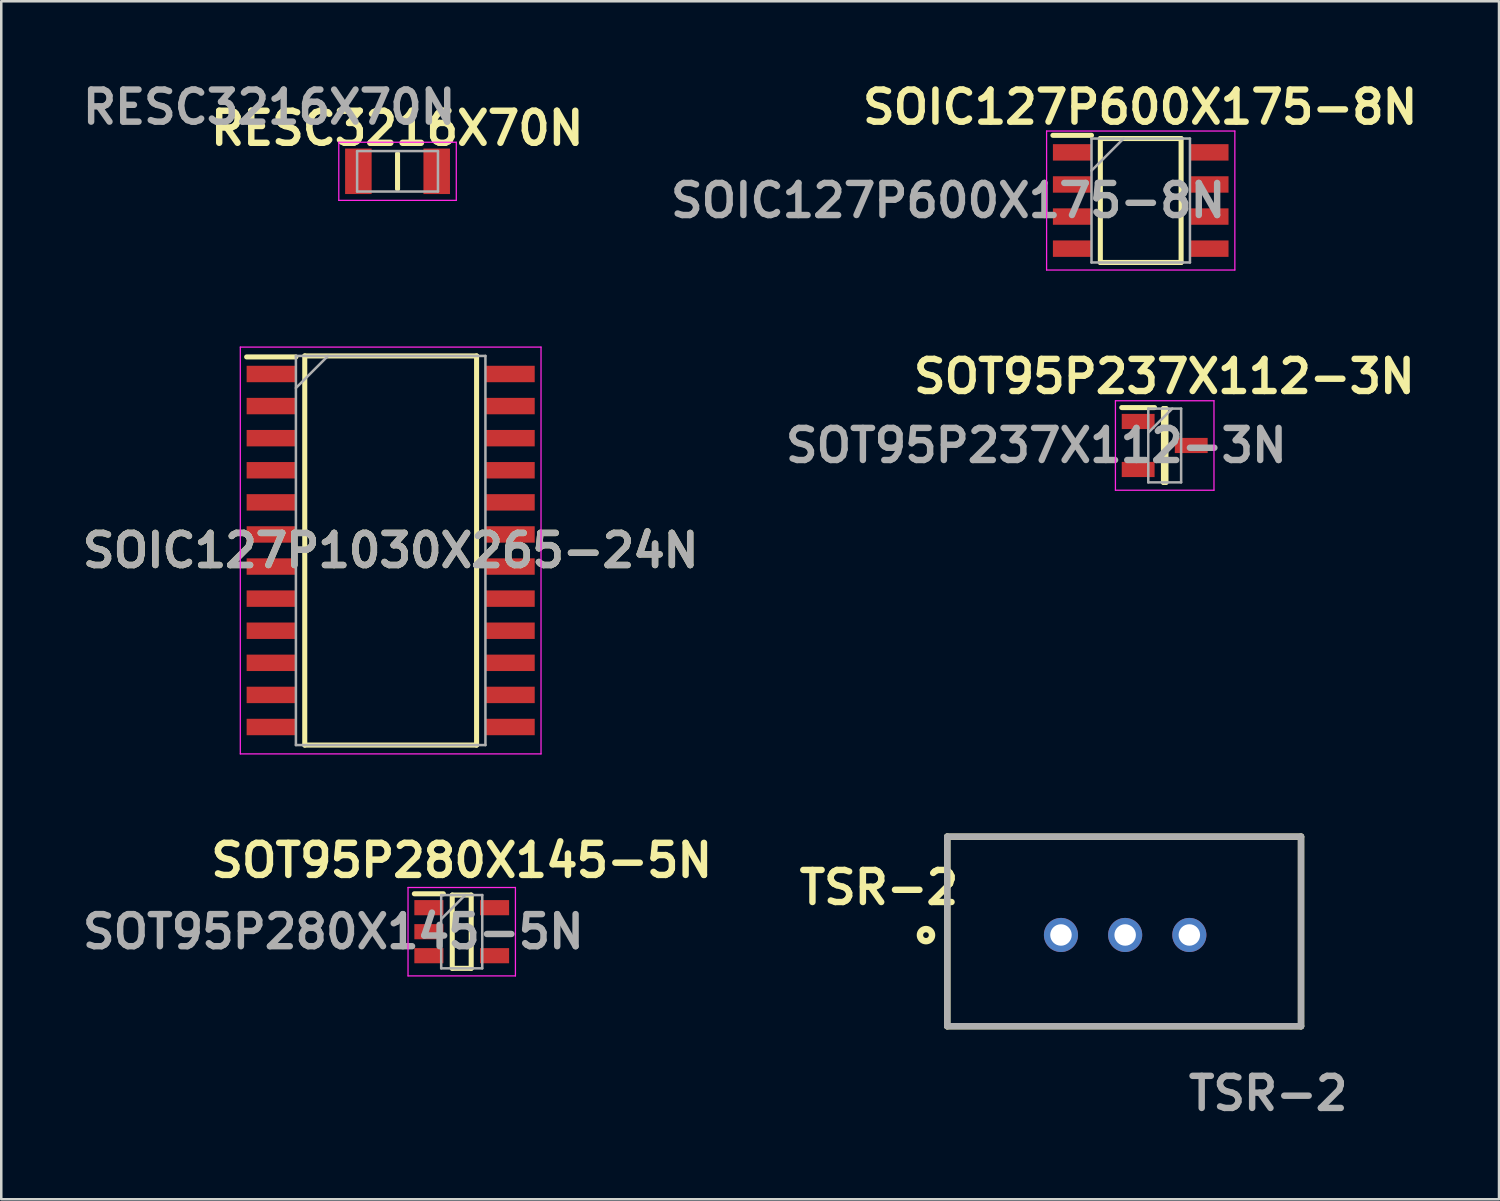
<source format=kicad_pcb>
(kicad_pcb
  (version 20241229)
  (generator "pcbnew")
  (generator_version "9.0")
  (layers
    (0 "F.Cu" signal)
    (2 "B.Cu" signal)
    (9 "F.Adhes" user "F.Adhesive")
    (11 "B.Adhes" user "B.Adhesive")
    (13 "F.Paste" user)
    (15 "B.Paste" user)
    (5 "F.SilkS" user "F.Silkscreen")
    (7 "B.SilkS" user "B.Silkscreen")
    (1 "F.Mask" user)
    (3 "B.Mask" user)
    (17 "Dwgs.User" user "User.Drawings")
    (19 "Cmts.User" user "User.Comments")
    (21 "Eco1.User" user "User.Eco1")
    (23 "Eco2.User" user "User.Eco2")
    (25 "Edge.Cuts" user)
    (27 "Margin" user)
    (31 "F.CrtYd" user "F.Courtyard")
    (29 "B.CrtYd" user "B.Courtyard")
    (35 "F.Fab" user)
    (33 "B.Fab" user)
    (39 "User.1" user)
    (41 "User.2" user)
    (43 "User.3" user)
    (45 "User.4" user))
  (footprint "TSR-2"
    (layer "F.Cu")
    (at 34.436 30.06)
    (property "Reference" "TSR-2" (at -2.704 2.011 0) (layer "F.SilkS") (effects (font (size 1.27 1.27) (thickness 0.254))))
    (attr through_hole)
    (fp_line (start 0 0) (end 14 0) (stroke (width 0.254) (type solid)) (layer "F.SilkS"))
    (fp_line (start 0 7.5) (end 0 0) (stroke (width 0.254) (type solid)) (layer "F.SilkS"))
    (fp_line (start 14 0) (end 14 7.5) (stroke (width 0.254) (type solid)) (layer "F.SilkS"))
    (fp_line (start 14 7.5) (end 0 7.5) (stroke (width 0.254) (type solid)) (layer "F.SilkS"))
    (fp_circle (center -0.842 3.896) (end -0.842 4.009) (stroke (width 0.254) (type solid)) (fill no) (layer "F.SilkS"))
    (fp_line (start 0 0) (end 14 0) (stroke (width 0.254) (type solid)) (layer "F.Fab"))
    (fp_line (start 0 7.5) (end 0 0) (stroke (width 0.254) (type solid)) (layer "F.Fab"))
    (fp_line (start 14 0) (end 14 7.5) (stroke (width 0.254) (type solid)) (layer "F.Fab"))
    (fp_line (start 14 7.5) (end 0 7.5) (stroke (width 0.254) (type solid)) (layer "F.Fab"))
    (fp_text user "${REFERENCE}" (at 12.7 10.16 0) (layer "F.Fab") (effects (font (size 1.27 1.27) (thickness 0.254))))
    (pad "1" thru_hole circle (at 4.5 3.89) (size 1.35 1.35) (drill 0.85) (layers "*.Cu" "*.Mask"))
    (pad "2" thru_hole circle (at 7.04 3.89) (size 1.35 1.35) (drill 0.85) (layers "*.Cu" "*.Mask"))
    (pad "3" thru_hole circle (at 9.58 3.89) (size 1.35 1.35) (drill 0.85) (layers "*.Cu" "*.Mask")))
  (footprint "SOIC127P1030X265-24N"
    (layer "F.Cu")
    (at 12.41 18.735)
    (property "Reference" "SOIC127P1030X265-24N" (at 0 0 0) (layer "F.SilkS") (effects (font (size 1.27 1.27) (thickness 0.254))))
    (attr smd)
    (fp_line (start -5.7 -7.66) (end -3.75 -7.66) (stroke (width 0.2) (type solid)) (layer "F.SilkS"))
    (fp_line (start -3.4 -7.7) (end 3.4 -7.7) (stroke (width 0.2) (type solid)) (layer "F.SilkS"))
    (fp_line (start -3.4 7.7) (end -3.4 -7.7) (stroke (width 0.2) (type solid)) (layer "F.SilkS"))
    (fp_line (start 3.4 -7.7) (end 3.4 7.7) (stroke (width 0.2) (type solid)) (layer "F.SilkS"))
    (fp_line (start 3.4 7.7) (end -3.4 7.7) (stroke (width 0.2) (type solid)) (layer "F.SilkS"))
    (fp_line (start -5.95 -8.05) (end 5.95 -8.05) (stroke (width 0.05) (type solid)) (layer "F.CrtYd"))
    (fp_line (start -5.95 8.05) (end -5.95 -8.05) (stroke (width 0.05) (type solid)) (layer "F.CrtYd"))
    (fp_line (start 5.95 -8.05) (end 5.95 8.05) (stroke (width 0.05) (type solid)) (layer "F.CrtYd"))
    (fp_line (start 5.95 8.05) (end -5.95 8.05) (stroke (width 0.05) (type solid)) (layer "F.CrtYd"))
    (fp_line (start -3.75 -7.7) (end 3.75 -7.7) (stroke (width 0.1) (type solid)) (layer "F.Fab"))
    (fp_line (start -3.75 -6.43) (end -2.48 -7.7) (stroke (width 0.1) (type solid)) (layer "F.Fab"))
    (fp_line (start -3.75 7.7) (end -3.75 -7.7) (stroke (width 0.1) (type solid)) (layer "F.Fab"))
    (fp_line (start 3.75 -7.7) (end 3.75 7.7) (stroke (width 0.1) (type solid)) (layer "F.Fab"))
    (fp_line (start 3.75 7.7) (end -3.75 7.7) (stroke (width 0.1) (type solid)) (layer "F.Fab"))
    (fp_text user "${REFERENCE}" (at 0 0 0) (layer "F.Fab") (effects (font (size 1.27 1.27) (thickness 0.254))))
    (pad "1" smd rect (at -4.725 -6.985 90) (size 0.65 1.95) (layers "F.Cu" "F.Mask" "F.Paste"))
    (pad "2" smd rect (at -4.725 -5.715 90) (size 0.65 1.95) (layers "F.Cu" "F.Mask" "F.Paste"))
    (pad "3" smd rect (at -4.725 -4.445 90) (size 0.65 1.95) (layers "F.Cu" "F.Mask" "F.Paste"))
    (pad "4" smd rect (at -4.725 -3.175 90) (size 0.65 1.95) (layers "F.Cu" "F.Mask" "F.Paste"))
    (pad "5" smd rect (at -4.725 -1.905 90) (size 0.65 1.95) (layers "F.Cu" "F.Mask" "F.Paste"))
    (pad "6" smd rect (at -4.725 -0.635 90) (size 0.65 1.95) (layers "F.Cu" "F.Mask" "F.Paste"))
    (pad "7" smd rect (at -4.725 0.635 90) (size 0.65 1.95) (layers "F.Cu" "F.Mask" "F.Paste"))
    (pad "8" smd rect (at -4.725 1.905 90) (size 0.65 1.95) (layers "F.Cu" "F.Mask" "F.Paste"))
    (pad "9" smd rect (at -4.725 3.175 90) (size 0.65 1.95) (layers "F.Cu" "F.Mask" "F.Paste"))
    (pad "10" smd rect (at -4.725 4.445 90) (size 0.65 1.95) (layers "F.Cu" "F.Mask" "F.Paste"))
    (pad "11" smd rect (at -4.725 5.715 90) (size 0.65 1.95) (layers "F.Cu" "F.Mask" "F.Paste"))
    (pad "12" smd rect (at -4.725 6.985 90) (size 0.65 1.95) (layers "F.Cu" "F.Mask" "F.Paste"))
    (pad "13" smd rect (at 4.725 6.985 90) (size 0.65 1.95) (layers "F.Cu" "F.Mask" "F.Paste"))
    (pad "14" smd rect (at 4.725 5.715 90) (size 0.65 1.95) (layers "F.Cu" "F.Mask" "F.Paste"))
    (pad "15" smd rect (at 4.725 4.445 90) (size 0.65 1.95) (layers "F.Cu" "F.Mask" "F.Paste"))
    (pad "16" smd rect (at 4.725 3.175 90) (size 0.65 1.95) (layers "F.Cu" "F.Mask" "F.Paste"))
    (pad "17" smd rect (at 4.725 1.905 90) (size 0.65 1.95) (layers "F.Cu" "F.Mask" "F.Paste"))
    (pad "18" smd rect (at 4.725 0.635 90) (size 0.65 1.95) (layers "F.Cu" "F.Mask" "F.Paste"))
    (pad "19" smd rect (at 4.725 -0.635 90) (size 0.65 1.95) (layers "F.Cu" "F.Mask" "F.Paste"))
    (pad "20" smd rect (at 4.725 -1.905 90) (size 0.65 1.95) (layers "F.Cu" "F.Mask" "F.Paste"))
    (pad "21" smd rect (at 4.725 -3.175 90) (size 0.65 1.95) (layers "F.Cu" "F.Mask" "F.Paste"))
    (pad "22" smd rect (at 4.725 -4.445 90) (size 0.65 1.95) (layers "F.Cu" "F.Mask" "F.Paste"))
    (pad "23" smd rect (at 4.725 -5.715 90) (size 0.65 1.95) (layers "F.Cu" "F.Mask" "F.Paste"))
    (pad "24" smd rect (at 4.725 -6.985 90) (size 0.65 1.95) (layers "F.Cu" "F.Mask" "F.Paste")))
  (footprint "SOT95P237X112-3N"
    (layer "F.Cu")
    (at 43.041 14.579)
    (property "Reference" "SOT95P237X112-3N" (at -0.014 -2.731 0) (layer "F.SilkS") (effects (font (size 1.27 1.27) (thickness 0.254))))
    (attr smd)
    (fp_line (start -1.7 -1.5) (end -0.4 -1.5) (stroke (width 0.2) (type solid)) (layer "F.SilkS"))
    (fp_line (start -0.05 -1.46) (end 0.05 -1.46) (stroke (width 0.2) (type solid)) (layer "F.SilkS"))
    (fp_line (start -0.05 1.46) (end -0.05 -1.46) (stroke (width 0.2) (type solid)) (layer "F.SilkS"))
    (fp_line (start 0.05 -1.46) (end 0.05 1.46) (stroke (width 0.2) (type solid)) (layer "F.SilkS"))
    (fp_line (start 0.05 1.46) (end -0.05 1.46) (stroke (width 0.2) (type solid)) (layer "F.SilkS"))
    (fp_line (start -1.95 -1.77) (end 1.95 -1.77) (stroke (width 0.05) (type solid)) (layer "F.CrtYd"))
    (fp_line (start -1.95 1.77) (end -1.95 -1.77) (stroke (width 0.05) (type solid)) (layer "F.CrtYd"))
    (fp_line (start 1.95 -1.77) (end 1.95 1.77) (stroke (width 0.05) (type solid)) (layer "F.CrtYd"))
    (fp_line (start 1.95 1.77) (end -1.95 1.77) (stroke (width 0.05) (type solid)) (layer "F.CrtYd"))
    (fp_line (start -0.65 -1.46) (end 0.65 -1.46) (stroke (width 0.1) (type solid)) (layer "F.Fab"))
    (fp_line (start -0.65 -0.51) (end 0.3 -1.46) (stroke (width 0.1) (type solid)) (layer "F.Fab"))
    (fp_line (start -0.65 1.46) (end -0.65 -1.46) (stroke (width 0.1) (type solid)) (layer "F.Fab"))
    (fp_line (start 0.65 -1.46) (end 0.65 1.46) (stroke (width 0.1) (type solid)) (layer "F.Fab"))
    (fp_line (start 0.65 1.46) (end -0.65 1.46) (stroke (width 0.1) (type solid)) (layer "F.Fab"))
    (fp_text user "${REFERENCE}" (at -5.08 0 0) (layer "F.Fab") (effects (font (size 1.27 1.27) (thickness 0.254))))
    (pad "1" smd rect (at -1.05 -0.95 90) (size 0.6 1.3) (layers "F.Cu" "F.Mask" "F.Paste"))
    (pad "2" smd rect (at -1.05 0.95 90) (size 0.6 1.3) (layers "F.Cu" "F.Mask" "F.Paste"))
    (pad "3" smd rect (at 1.05 0 90) (size 0.6 1.3) (layers "F.Cu" "F.Mask" "F.Paste")))
  (footprint "SOT95P280X145-5N"
    (layer "F.Cu")
    (at 15.222 33.82)
    (property "Reference" "SOT95P280X145-5N" (at 0 -2.821 0) (layer "F.SilkS") (effects (font (size 1.27 1.27) (thickness 0.254))))
    (attr smd)
    (fp_line (start -1.875 -1.5) (end -0.725 -1.5) (stroke (width 0.2) (type solid)) (layer "F.SilkS"))
    (fp_line (start -0.375 -1.45) (end 0.375 -1.45) (stroke (width 0.2) (type solid)) (layer "F.SilkS"))
    (fp_line (start -0.375 1.45) (end -0.375 -1.45) (stroke (width 0.2) (type solid)) (layer "F.SilkS"))
    (fp_line (start 0.375 -1.45) (end 0.375 1.45) (stroke (width 0.2) (type solid)) (layer "F.SilkS"))
    (fp_line (start 0.375 1.45) (end -0.375 1.45) (stroke (width 0.2) (type solid)) (layer "F.SilkS"))
    (fp_line (start -2.125 -1.75) (end 2.125 -1.75) (stroke (width 0.05) (type solid)) (layer "F.CrtYd"))
    (fp_line (start -2.125 1.75) (end -2.125 -1.75) (stroke (width 0.05) (type solid)) (layer "F.CrtYd"))
    (fp_line (start 2.125 -1.75) (end 2.125 1.75) (stroke (width 0.05) (type solid)) (layer "F.CrtYd"))
    (fp_line (start 2.125 1.75) (end -2.125 1.75) (stroke (width 0.05) (type solid)) (layer "F.CrtYd"))
    (fp_line (start -0.812 -1.45) (end 0.812 -1.45) (stroke (width 0.1) (type solid)) (layer "F.Fab"))
    (fp_line (start -0.812 -0.5) (end 0.138 -1.45) (stroke (width 0.1) (type solid)) (layer "F.Fab"))
    (fp_line (start -0.812 1.45) (end -0.812 -1.45) (stroke (width 0.1) (type solid)) (layer "F.Fab"))
    (fp_line (start 0.812 -1.45) (end 0.812 1.45) (stroke (width 0.1) (type solid)) (layer "F.Fab"))
    (fp_line (start 0.812 1.45) (end -0.812 1.45) (stroke (width 0.1) (type solid)) (layer "F.Fab"))
    (fp_text user "${REFERENCE}" (at -5.08 0 0) (layer "F.Fab") (effects (font (size 1.27 1.27) (thickness 0.254))))
    (pad "1" smd rect (at -1.3 -0.95 90) (size 0.6 1.15) (layers "F.Cu" "F.Mask" "F.Paste"))
    (pad "2" smd rect (at -1.3 0 90) (size 0.6 1.15) (layers "F.Cu" "F.Mask" "F.Paste"))
    (pad "3" smd rect (at -1.3 0.95 90) (size 0.6 1.15) (layers "F.Cu" "F.Mask" "F.Paste"))
    (pad "4" smd rect (at 1.3 0.95 90) (size 0.6 1.15) (layers "F.Cu" "F.Mask" "F.Paste"))
    (pad "5" smd rect (at 1.3 -0.95 90) (size 0.6 1.15) (layers "F.Cu" "F.Mask" "F.Paste")))
  (footprint "SOIC127P600X175-8N"
    (layer "F.Cu")
    (at 42.092 4.885)
    (property "Reference" "SOIC127P600X175-8N" (at -0.021 -3.696 0) (layer "F.SilkS") (effects (font (size 1.27 1.27) (thickness 0.254))))
    (attr smd)
    (fp_line (start -3.475 -2.58) (end -1.948 -2.58) (stroke (width 0.2) (type solid)) (layer "F.SilkS"))
    (fp_line (start -1.598 -2.452) (end 1.598 -2.452) (stroke (width 0.2) (type solid)) (layer "F.SilkS"))
    (fp_line (start -1.598 2.452) (end -1.598 -2.452) (stroke (width 0.2) (type solid)) (layer "F.SilkS"))
    (fp_line (start 1.598 -2.452) (end 1.598 2.452) (stroke (width 0.2) (type solid)) (layer "F.SilkS"))
    (fp_line (start 1.598 2.452) (end -1.598 2.452) (stroke (width 0.2) (type solid)) (layer "F.SilkS"))
    (fp_line (start -3.725 -2.75) (end 3.725 -2.75) (stroke (width 0.05) (type solid)) (layer "F.CrtYd"))
    (fp_line (start -3.725 2.75) (end -3.725 -2.75) (stroke (width 0.05) (type solid)) (layer "F.CrtYd"))
    (fp_line (start 3.725 -2.75) (end 3.725 2.75) (stroke (width 0.05) (type solid)) (layer "F.CrtYd"))
    (fp_line (start 3.725 2.75) (end -3.725 2.75) (stroke (width 0.05) (type solid)) (layer "F.CrtYd"))
    (fp_line (start -1.948 -2.452) (end 1.948 -2.452) (stroke (width 0.1) (type solid)) (layer "F.Fab"))
    (fp_line (start -1.948 -1.182) (end -0.678 -2.452) (stroke (width 0.1) (type solid)) (layer "F.Fab"))
    (fp_line (start -1.948 2.452) (end -1.948 -2.452) (stroke (width 0.1) (type solid)) (layer "F.Fab"))
    (fp_line (start 1.948 -2.452) (end 1.948 2.452) (stroke (width 0.1) (type solid)) (layer "F.Fab"))
    (fp_line (start 1.948 2.452) (end -1.948 2.452) (stroke (width 0.1) (type solid)) (layer "F.Fab"))
    (fp_text user "${REFERENCE}" (at -7.62 0 0) (layer "F.Fab") (effects (font (size 1.27 1.27) (thickness 0.254))))
    (pad "1" smd rect (at -2.711 -1.905 90) (size 0.65 1.528) (layers "F.Cu" "F.Mask" "F.Paste"))
    (pad "2" smd rect (at -2.711 -0.635 90) (size 0.65 1.528) (layers "F.Cu" "F.Mask" "F.Paste"))
    (pad "3" smd rect (at -2.711 0.635 90) (size 0.65 1.528) (layers "F.Cu" "F.Mask" "F.Paste"))
    (pad "4" smd rect (at -2.711 1.905 90) (size 0.65 1.528) (layers "F.Cu" "F.Mask" "F.Paste"))
    (pad "5" smd rect (at 2.711 1.905 90) (size 0.65 1.528) (layers "F.Cu" "F.Mask" "F.Paste"))
    (pad "6" smd rect (at 2.711 0.635 90) (size 0.65 1.528) (layers "F.Cu" "F.Mask" "F.Paste"))
    (pad "7" smd rect (at 2.711 -0.635 90) (size 0.65 1.528) (layers "F.Cu" "F.Mask" "F.Paste"))
    (pad "8" smd rect (at 2.711 -1.905 90) (size 0.65 1.528) (layers "F.Cu" "F.Mask" "F.Paste")))
  (footprint "RESC3216X70N"
    (layer "F.Cu")
    (at 12.682 3.729)
    (property "Reference" "RESC3216X70N" (at -0.012 -1.702 0) (layer "F.SilkS") (effects (font (size 1.27 1.27) (thickness 0.254))))
    (attr smd)
    (fp_line (start 0 -0.7) (end 0 0.7) (stroke (width 0.2) (type solid)) (layer "F.SilkS"))
    (fp_line (start -2.325 -1.15) (end 2.325 -1.15) (stroke (width 0.05) (type solid)) (layer "F.CrtYd"))
    (fp_line (start -2.325 1.15) (end -2.325 -1.15) (stroke (width 0.05) (type solid)) (layer "F.CrtYd"))
    (fp_line (start 2.325 -1.15) (end 2.325 1.15) (stroke (width 0.05) (type solid)) (layer "F.CrtYd"))
    (fp_line (start 2.325 1.15) (end -2.325 1.15) (stroke (width 0.05) (type solid)) (layer "F.CrtYd"))
    (fp_line (start -1.6 -0.8) (end 1.6 -0.8) (stroke (width 0.1) (type solid)) (layer "F.Fab"))
    (fp_line (start -1.6 0.8) (end -1.6 -0.8) (stroke (width 0.1) (type solid)) (layer "F.Fab"))
    (fp_line (start 1.6 -0.8) (end 1.6 0.8) (stroke (width 0.1) (type solid)) (layer "F.Fab"))
    (fp_line (start 1.6 0.8) (end -1.6 0.8) (stroke (width 0.1) (type solid)) (layer "F.Fab"))
    (fp_text user "${REFERENCE}" (at -5.08 -2.54 0) (layer "F.Fab") (effects (font (size 1.27 1.27) (thickness 0.254))))
    (pad "1" smd rect (at -1.55 0) (size 1.05 1.8) (layers "F.Cu" "F.Mask" "F.Paste"))
    (pad "2" smd rect (at 1.55 0) (size 1.05 1.8) (layers "F.Cu" "F.Mask" "F.Paste")))
  (gr_rect
    (start -3 -3)
    (end 56.271 44.409)
    (stroke (width 0.1) (type default))
    (fill no)
    (layer "Edge.Cuts")))
</source>
